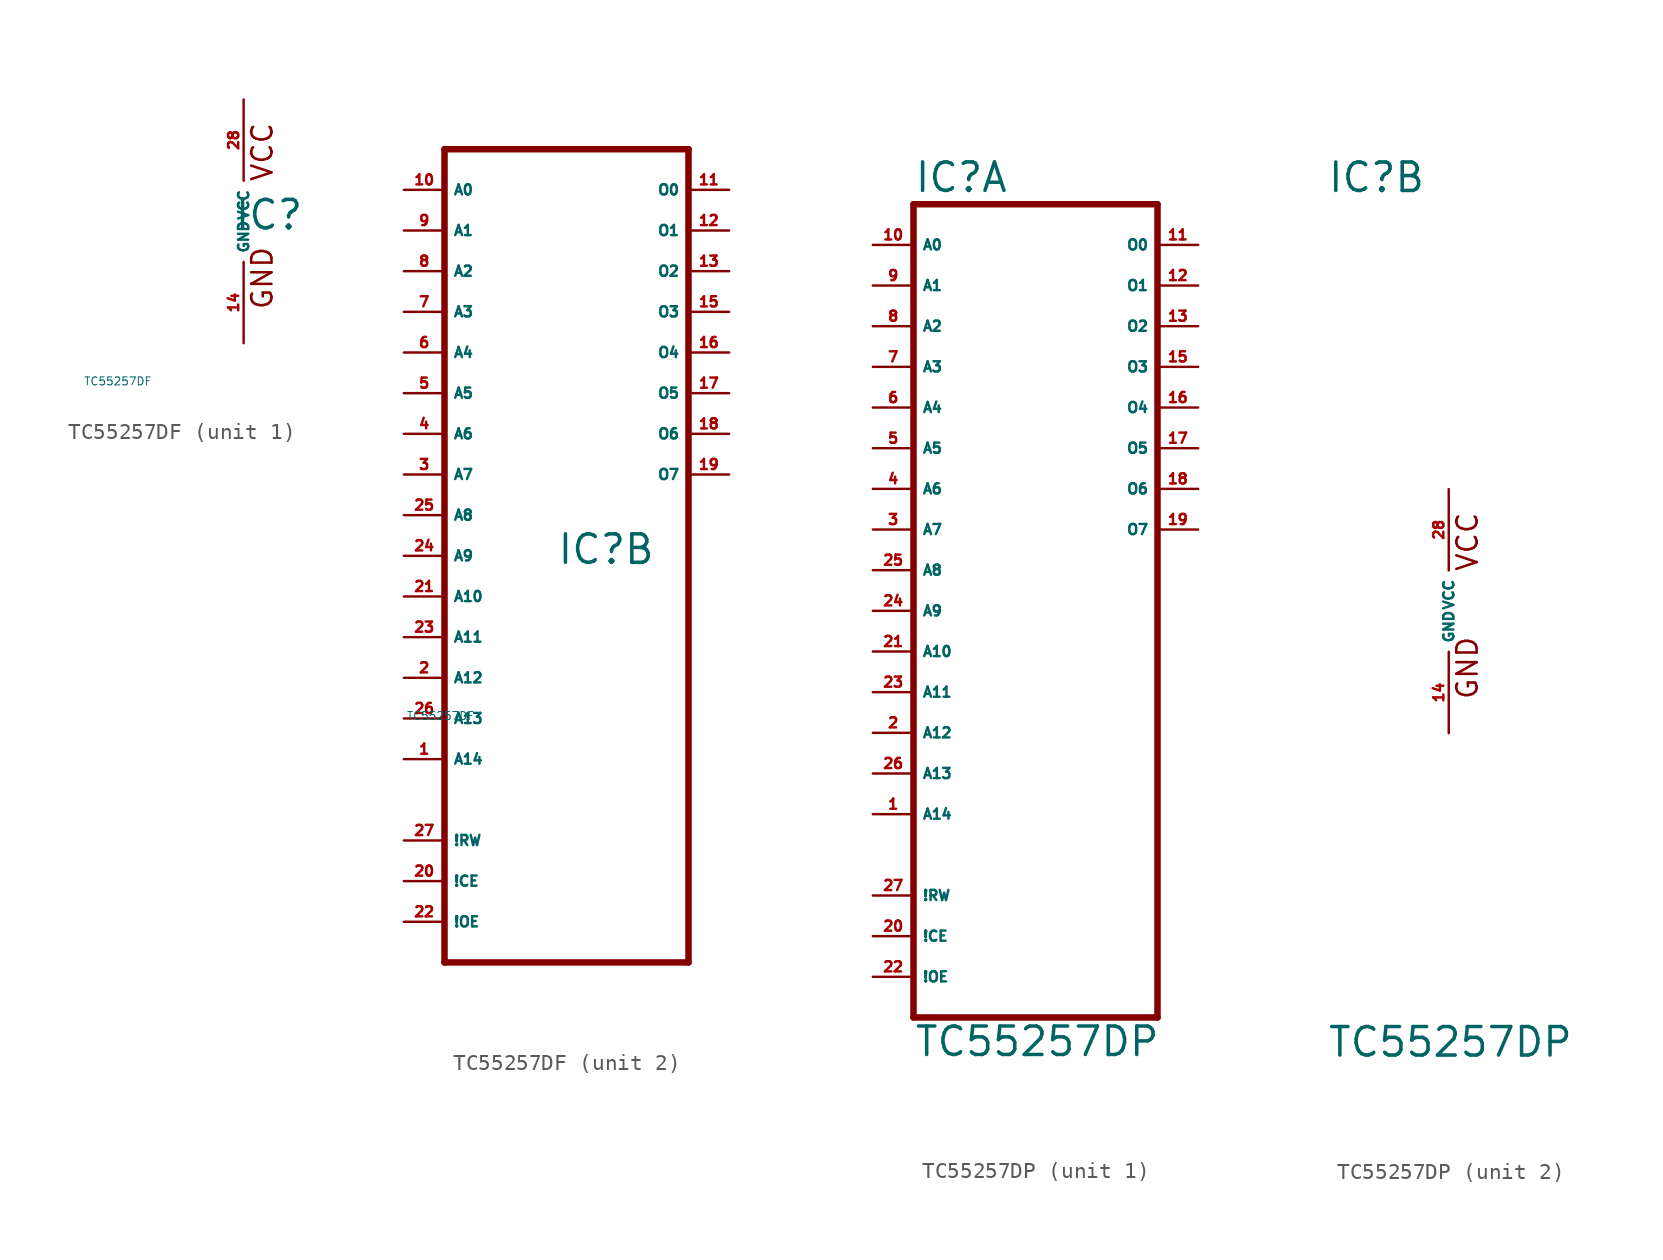
<source format=kicad_sym>
(kicad_symbol_lib
  (version 20220914)
  (generator Eagle2Kicad)
  (symbol "TC55257DF"
    (property "Reference" "IC"
      (at -0.635 -0.635 0)
      (effects (font (size 1.778 1.778) (thickness 0.22)) (justify left bottom)))
    (property "Value" "TC55257DF"
      (at -10 -10 0)
      (effects (font (size 0.5 0.5) (thickness 0.06)) (justify left)))
    (symbol "TC55257DF_1_0"
      (text "GND" (at 1.905 -5.588 900) (effects (font (size 1.27 1.27) (thickness 0.16)) (justify left bottom)))
      (text "VCC" (at 1.905 2.413 900) (effects (font (size 1.27 1.27) (thickness 0.16)) (justify left bottom)))
      (pin unspecified line (at 0 -7.62 90) (length 5.08) (name "GND" (effects (font (size 0.635 0.635) (thickness 0.08)) (justify left bottom))) (number "14" (effects (font (size 0.635 0.635) (thickness 0.08)) (justify left bottom))))
      (pin unspecified line (at 0 7.62 270) (length 5.08) (name "VCC" (effects (font (size 0.635 0.635) (thickness 0.08)) (justify left bottom))) (number "28" (effects (font (size 0.635 0.635) (thickness 0.08)) (justify left bottom)))))
    (symbol "TC55257DF_2_0"
      (polyline (pts (xy -7.62 -25.4) (xy 7.62 -25.4)) (stroke (width 0.406) (type default)) (fill (type none)))
      (polyline (pts (xy 7.62 -25.4) (xy 7.62 25.4)) (stroke (width 0.406) (type default)) (fill (type none)))
      (polyline (pts (xy 7.62 25.4) (xy -7.62 25.4)) (stroke (width 0.406) (type default)) (fill (type none)))
      (polyline (pts (xy -7.62 25.4) (xy -7.62 -25.4)) (stroke (width 0.406) (type default)) (fill (type none)))
      (pin input line (at -10.16 -7.62 0) (length 2.54) (name "A12" (effects (font (size 0.635 0.635) (thickness 0.08)) (justify left bottom))) (number "2" (effects (font (size 0.635 0.635) (thickness 0.08)) (justify left bottom))))
      (pin input line (at -10.16 5.08 0) (length 2.54) (name "A7" (effects (font (size 0.635 0.635) (thickness 0.08)) (justify left bottom))) (number "3" (effects (font (size 0.635 0.635) (thickness 0.08)) (justify left bottom))))
      (pin input line (at -10.16 7.62 0) (length 2.54) (name "A6" (effects (font (size 0.635 0.635) (thickness 0.08)) (justify left bottom))) (number "4" (effects (font (size 0.635 0.635) (thickness 0.08)) (justify left bottom))))
      (pin input line (at -10.16 10.16 0) (length 2.54) (name "A5" (effects (font (size 0.635 0.635) (thickness 0.08)) (justify left bottom))) (number "5" (effects (font (size 0.635 0.635) (thickness 0.08)) (justify left bottom))))
      (pin input line (at -10.16 12.7 0) (length 2.54) (name "A4" (effects (font (size 0.635 0.635) (thickness 0.08)) (justify left bottom))) (number "6" (effects (font (size 0.635 0.635) (thickness 0.08)) (justify left bottom))))
      (pin input line (at -10.16 15.24 0) (length 2.54) (name "A3" (effects (font (size 0.635 0.635) (thickness 0.08)) (justify left bottom))) (number "7" (effects (font (size 0.635 0.635) (thickness 0.08)) (justify left bottom))))
      (pin input line (at -10.16 17.78 0) (length 2.54) (name "A2" (effects (font (size 0.635 0.635) (thickness 0.08)) (justify left bottom))) (number "8" (effects (font (size 0.635 0.635) (thickness 0.08)) (justify left bottom))))
      (pin input line (at -10.16 20.32 0) (length 2.54) (name "A1" (effects (font (size 0.635 0.635) (thickness 0.08)) (justify left bottom))) (number "9" (effects (font (size 0.635 0.635) (thickness 0.08)) (justify left bottom))))
      (pin input line (at -10.16 22.86 0) (length 2.54) (name "A0" (effects (font (size 0.635 0.635) (thickness 0.08)) (justify left bottom))) (number "10" (effects (font (size 0.635 0.635) (thickness 0.08)) (justify left bottom))))
      (pin tri_state line (at 10.16 22.86 180) (length 2.54) (name "O0" (effects (font (size 0.635 0.635) (thickness 0.08)) (justify left bottom))) (number "11" (effects (font (size 0.635 0.635) (thickness 0.08)) (justify left bottom))))
      (pin tri_state line (at 10.16 20.32 180) (length 2.54) (name "O1" (effects (font (size 0.635 0.635) (thickness 0.08)) (justify left bottom))) (number "12" (effects (font (size 0.635 0.635) (thickness 0.08)) (justify left bottom))))
      (pin tri_state line (at 10.16 17.78 180) (length 2.54) (name "O2" (effects (font (size 0.635 0.635) (thickness 0.08)) (justify left bottom))) (number "13" (effects (font (size 0.635 0.635) (thickness 0.08)) (justify left bottom))))
      (pin tri_state line (at 10.16 15.24 180) (length 2.54) (name "O3" (effects (font (size 0.635 0.635) (thickness 0.08)) (justify left bottom))) (number "15" (effects (font (size 0.635 0.635) (thickness 0.08)) (justify left bottom))))
      (pin tri_state line (at 10.16 12.7 180) (length 2.54) (name "O4" (effects (font (size 0.635 0.635) (thickness 0.08)) (justify left bottom))) (number "16" (effects (font (size 0.635 0.635) (thickness 0.08)) (justify left bottom))))
      (pin tri_state line (at 10.16 10.16 180) (length 2.54) (name "O5" (effects (font (size 0.635 0.635) (thickness 0.08)) (justify left bottom))) (number "17" (effects (font (size 0.635 0.635) (thickness 0.08)) (justify left bottom))))
      (pin tri_state line (at 10.16 7.62 180) (length 2.54) (name "O6" (effects (font (size 0.635 0.635) (thickness 0.08)) (justify left bottom))) (number "18" (effects (font (size 0.635 0.635) (thickness 0.08)) (justify left bottom))))
      (pin tri_state line (at 10.16 5.08 180) (length 2.54) (name "O7" (effects (font (size 0.635 0.635) (thickness 0.08)) (justify left bottom))) (number "19" (effects (font (size 0.635 0.635) (thickness 0.08)) (justify left bottom))))
      (pin input line (at -10.16 -2.54 0) (length 2.54) (name "A10" (effects (font (size 0.635 0.635) (thickness 0.08)) (justify left bottom))) (number "21" (effects (font (size 0.635 0.635) (thickness 0.08)) (justify left bottom))))
      (pin input line (at -10.16 -22.86 0) (length 2.54) (name "!OE" (effects (font (size 0.635 0.635) (thickness 0.08)) (justify left bottom))) (number "22" (effects (font (size 0.635 0.635) (thickness 0.08)) (justify left bottom))))
      (pin input line (at -10.16 -5.08 0) (length 2.54) (name "A11" (effects (font (size 0.635 0.635) (thickness 0.08)) (justify left bottom))) (number "23" (effects (font (size 0.635 0.635) (thickness 0.08)) (justify left bottom))))
      (pin input line (at -10.16 0 0) (length 2.54) (name "A9" (effects (font (size 0.635 0.635) (thickness 0.08)) (justify left bottom))) (number "24" (effects (font (size 0.635 0.635) (thickness 0.08)) (justify left bottom))))
      (pin input line (at -10.16 2.54 0) (length 2.54) (name "A8" (effects (font (size 0.635 0.635) (thickness 0.08)) (justify left bottom))) (number "25" (effects (font (size 0.635 0.635) (thickness 0.08)) (justify left bottom))))
      (pin input line (at -10.16 -10.16 0) (length 2.54) (name "A13" (effects (font (size 0.635 0.635) (thickness 0.08)) (justify left bottom))) (number "26" (effects (font (size 0.635 0.635) (thickness 0.08)) (justify left bottom))))
      (pin input line (at -10.16 -12.7 0) (length 2.54) (name "A14" (effects (font (size 0.635 0.635) (thickness 0.08)) (justify left bottom))) (number "1" (effects (font (size 0.635 0.635) (thickness 0.08)) (justify left bottom))))
      (pin input line (at -10.16 -20.32 0) (length 2.54) (name "!CE" (effects (font (size 0.635 0.635) (thickness 0.08)) (justify left bottom))) (number "20" (effects (font (size 0.635 0.635) (thickness 0.08)) (justify left bottom))))
      (pin input line (at -10.16 -17.78 0) (length 2.54) (name "!RW" (effects (font (size 0.635 0.635) (thickness 0.08)) (justify left bottom))) (number "27" (effects (font (size 0.635 0.635) (thickness 0.08)) (justify left bottom))))))
  (symbol "TC55257DP"
    (property "Reference" "IC"
      (at -7.62 26.035 0)
      (effects (font (size 1.778 1.778) (thickness 0.22)) (justify left bottom)))
    (property "Value" "TC55257DP"
      (at -7.62 -27.94 0)
      (effects (font (size 1.778 1.778) (thickness 0.22)) (justify left bottom)))
    (symbol "TC55257DP_1_0"
      (polyline (pts (xy -7.62 -25.4) (xy 7.62 -25.4)) (stroke (width 0.406) (type default)) (fill (type none)))
      (polyline (pts (xy 7.62 -25.4) (xy 7.62 25.4)) (stroke (width 0.406) (type default)) (fill (type none)))
      (polyline (pts (xy 7.62 25.4) (xy -7.62 25.4)) (stroke (width 0.406) (type default)) (fill (type none)))
      (polyline (pts (xy -7.62 25.4) (xy -7.62 -25.4)) (stroke (width 0.406) (type default)) (fill (type none)))
      (pin input line (at -10.16 -7.62 0) (length 2.54) (name "A12" (effects (font (size 0.635 0.635) (thickness 0.08)) (justify left bottom))) (number "2" (effects (font (size 0.635 0.635) (thickness 0.08)) (justify left bottom))))
      (pin input line (at -10.16 5.08 0) (length 2.54) (name "A7" (effects (font (size 0.635 0.635) (thickness 0.08)) (justify left bottom))) (number "3" (effects (font (size 0.635 0.635) (thickness 0.08)) (justify left bottom))))
      (pin input line (at -10.16 7.62 0) (length 2.54) (name "A6" (effects (font (size 0.635 0.635) (thickness 0.08)) (justify left bottom))) (number "4" (effects (font (size 0.635 0.635) (thickness 0.08)) (justify left bottom))))
      (pin input line (at -10.16 10.16 0) (length 2.54) (name "A5" (effects (font (size 0.635 0.635) (thickness 0.08)) (justify left bottom))) (number "5" (effects (font (size 0.635 0.635) (thickness 0.08)) (justify left bottom))))
      (pin input line (at -10.16 12.7 0) (length 2.54) (name "A4" (effects (font (size 0.635 0.635) (thickness 0.08)) (justify left bottom))) (number "6" (effects (font (size 0.635 0.635) (thickness 0.08)) (justify left bottom))))
      (pin input line (at -10.16 15.24 0) (length 2.54) (name "A3" (effects (font (size 0.635 0.635) (thickness 0.08)) (justify left bottom))) (number "7" (effects (font (size 0.635 0.635) (thickness 0.08)) (justify left bottom))))
      (pin input line (at -10.16 17.78 0) (length 2.54) (name "A2" (effects (font (size 0.635 0.635) (thickness 0.08)) (justify left bottom))) (number "8" (effects (font (size 0.635 0.635) (thickness 0.08)) (justify left bottom))))
      (pin input line (at -10.16 20.32 0) (length 2.54) (name "A1" (effects (font (size 0.635 0.635) (thickness 0.08)) (justify left bottom))) (number "9" (effects (font (size 0.635 0.635) (thickness 0.08)) (justify left bottom))))
      (pin input line (at -10.16 22.86 0) (length 2.54) (name "A0" (effects (font (size 0.635 0.635) (thickness 0.08)) (justify left bottom))) (number "10" (effects (font (size 0.635 0.635) (thickness 0.08)) (justify left bottom))))
      (pin tri_state line (at 10.16 22.86 180) (length 2.54) (name "O0" (effects (font (size 0.635 0.635) (thickness 0.08)) (justify left bottom))) (number "11" (effects (font (size 0.635 0.635) (thickness 0.08)) (justify left bottom))))
      (pin tri_state line (at 10.16 20.32 180) (length 2.54) (name "O1" (effects (font (size 0.635 0.635) (thickness 0.08)) (justify left bottom))) (number "12" (effects (font (size 0.635 0.635) (thickness 0.08)) (justify left bottom))))
      (pin tri_state line (at 10.16 17.78 180) (length 2.54) (name "O2" (effects (font (size 0.635 0.635) (thickness 0.08)) (justify left bottom))) (number "13" (effects (font (size 0.635 0.635) (thickness 0.08)) (justify left bottom))))
      (pin tri_state line (at 10.16 15.24 180) (length 2.54) (name "O3" (effects (font (size 0.635 0.635) (thickness 0.08)) (justify left bottom))) (number "15" (effects (font (size 0.635 0.635) (thickness 0.08)) (justify left bottom))))
      (pin tri_state line (at 10.16 12.7 180) (length 2.54) (name "O4" (effects (font (size 0.635 0.635) (thickness 0.08)) (justify left bottom))) (number "16" (effects (font (size 0.635 0.635) (thickness 0.08)) (justify left bottom))))
      (pin tri_state line (at 10.16 10.16 180) (length 2.54) (name "O5" (effects (font (size 0.635 0.635) (thickness 0.08)) (justify left bottom))) (number "17" (effects (font (size 0.635 0.635) (thickness 0.08)) (justify left bottom))))
      (pin tri_state line (at 10.16 7.62 180) (length 2.54) (name "O6" (effects (font (size 0.635 0.635) (thickness 0.08)) (justify left bottom))) (number "18" (effects (font (size 0.635 0.635) (thickness 0.08)) (justify left bottom))))
      (pin tri_state line (at 10.16 5.08 180) (length 2.54) (name "O7" (effects (font (size 0.635 0.635) (thickness 0.08)) (justify left bottom))) (number "19" (effects (font (size 0.635 0.635) (thickness 0.08)) (justify left bottom))))
      (pin input line (at -10.16 -2.54 0) (length 2.54) (name "A10" (effects (font (size 0.635 0.635) (thickness 0.08)) (justify left bottom))) (number "21" (effects (font (size 0.635 0.635) (thickness 0.08)) (justify left bottom))))
      (pin input line (at -10.16 -22.86 0) (length 2.54) (name "!OE" (effects (font (size 0.635 0.635) (thickness 0.08)) (justify left bottom))) (number "22" (effects (font (size 0.635 0.635) (thickness 0.08)) (justify left bottom))))
      (pin input line (at -10.16 -5.08 0) (length 2.54) (name "A11" (effects (font (size 0.635 0.635) (thickness 0.08)) (justify left bottom))) (number "23" (effects (font (size 0.635 0.635) (thickness 0.08)) (justify left bottom))))
      (pin input line (at -10.16 0 0) (length 2.54) (name "A9" (effects (font (size 0.635 0.635) (thickness 0.08)) (justify left bottom))) (number "24" (effects (font (size 0.635 0.635) (thickness 0.08)) (justify left bottom))))
      (pin input line (at -10.16 2.54 0) (length 2.54) (name "A8" (effects (font (size 0.635 0.635) (thickness 0.08)) (justify left bottom))) (number "25" (effects (font (size 0.635 0.635) (thickness 0.08)) (justify left bottom))))
      (pin input line (at -10.16 -10.16 0) (length 2.54) (name "A13" (effects (font (size 0.635 0.635) (thickness 0.08)) (justify left bottom))) (number "26" (effects (font (size 0.635 0.635) (thickness 0.08)) (justify left bottom))))
      (pin input line (at -10.16 -12.7 0) (length 2.54) (name "A14" (effects (font (size 0.635 0.635) (thickness 0.08)) (justify left bottom))) (number "1" (effects (font (size 0.635 0.635) (thickness 0.08)) (justify left bottom))))
      (pin input line (at -10.16 -20.32 0) (length 2.54) (name "!CE" (effects (font (size 0.635 0.635) (thickness 0.08)) (justify left bottom))) (number "20" (effects (font (size 0.635 0.635) (thickness 0.08)) (justify left bottom))))
      (pin input line (at -10.16 -17.78 0) (length 2.54) (name "!RW" (effects (font (size 0.635 0.635) (thickness 0.08)) (justify left bottom))) (number "27" (effects (font (size 0.635 0.635) (thickness 0.08)) (justify left bottom)))))
    (symbol "TC55257DP_2_0"
      (text "GND" (at 1.905 -5.588 900) (effects (font (size 1.27 1.27) (thickness 0.16)) (justify left bottom)))
      (text "VCC" (at 1.905 2.413 900) (effects (font (size 1.27 1.27) (thickness 0.16)) (justify left bottom)))
      (pin unspecified line (at 0 -7.62 90) (length 5.08) (name "GND" (effects (font (size 0.635 0.635) (thickness 0.08)) (justify left bottom))) (number "14" (effects (font (size 0.635 0.635) (thickness 0.08)) (justify left bottom))))
      (pin unspecified line (at 0 7.62 270) (length 5.08) (name "VCC" (effects (font (size 0.635 0.635) (thickness 0.08)) (justify left bottom))) (number "28" (effects (font (size 0.635 0.635) (thickness 0.08)) (justify left bottom)))))))
</source>
